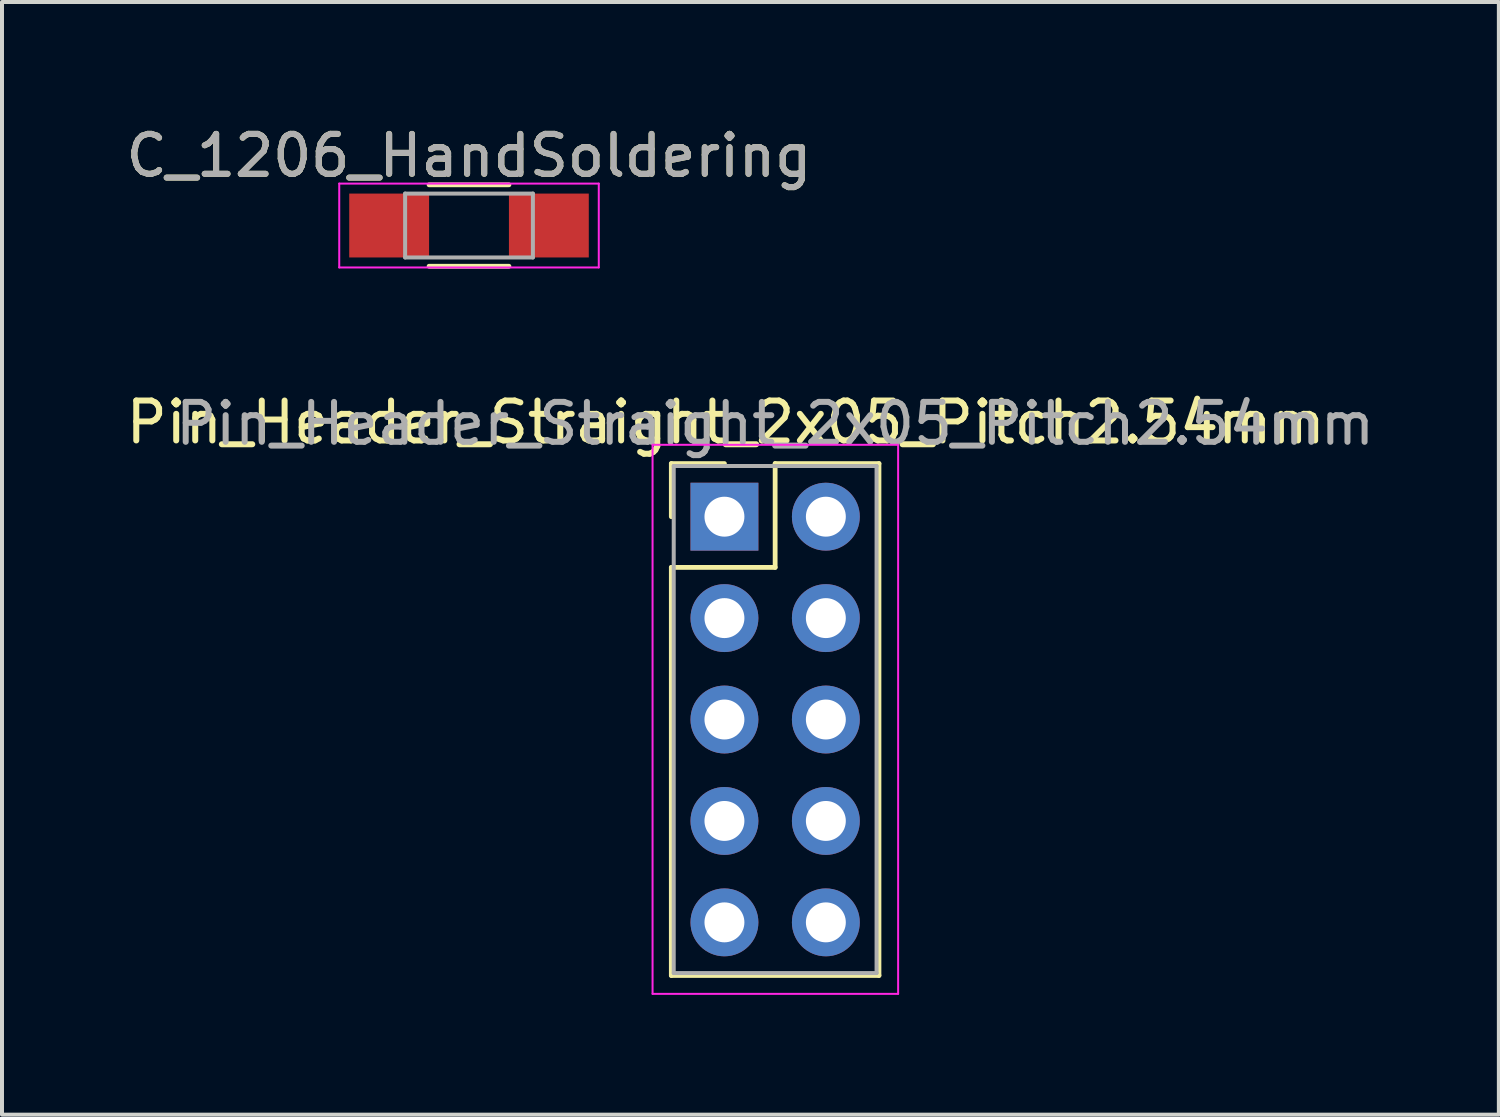
<source format=kicad_pcb>
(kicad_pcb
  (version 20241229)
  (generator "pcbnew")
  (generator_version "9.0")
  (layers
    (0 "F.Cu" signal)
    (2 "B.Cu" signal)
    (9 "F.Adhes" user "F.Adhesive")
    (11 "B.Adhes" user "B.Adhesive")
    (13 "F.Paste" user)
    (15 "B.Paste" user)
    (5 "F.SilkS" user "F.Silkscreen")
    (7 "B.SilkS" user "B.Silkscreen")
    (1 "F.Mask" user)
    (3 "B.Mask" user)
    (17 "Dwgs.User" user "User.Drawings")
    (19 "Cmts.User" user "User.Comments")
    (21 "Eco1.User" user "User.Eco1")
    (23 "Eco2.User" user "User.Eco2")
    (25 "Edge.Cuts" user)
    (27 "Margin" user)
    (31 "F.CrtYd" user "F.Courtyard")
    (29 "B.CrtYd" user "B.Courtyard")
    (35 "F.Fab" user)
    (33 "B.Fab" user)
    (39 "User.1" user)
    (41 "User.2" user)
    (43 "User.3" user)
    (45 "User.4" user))
  (footprint "C_1206_HandSoldering"
    (layer "F.Cu")
    (at 8.696 2.598)
    (property "Reference" "C_1206_HandSoldering" (at 0 -1.75 0) (layer "F.SilkS") (effects (font (size 1 1) (thickness 0.15))))
    (attr smd)
    (fp_line (start -1 1.02) (end 1 1.02) (stroke (width 0.12) (type solid)) (layer "F.SilkS"))
    (fp_line (start 1 -1.02) (end -1 -1.02) (stroke (width 0.12) (type solid)) (layer "F.SilkS"))
    (fp_line (start -3.25 -1.05) (end -3.25 1.05) (stroke (width 0.05) (type solid)) (layer "F.CrtYd"))
    (fp_line (start -3.25 -1.05) (end 3.25 -1.05) (stroke (width 0.05) (type solid)) (layer "F.CrtYd"))
    (fp_line (start 3.25 1.05) (end -3.25 1.05) (stroke (width 0.05) (type solid)) (layer "F.CrtYd"))
    (fp_line (start 3.25 1.05) (end 3.25 -1.05) (stroke (width 0.05) (type solid)) (layer "F.CrtYd"))
    (fp_line (start -1.6 -0.8) (end 1.6 -0.8) (stroke (width 0.1) (type solid)) (layer "F.Fab"))
    (fp_line (start -1.6 0.8) (end -1.6 -0.8) (stroke (width 0.1) (type solid)) (layer "F.Fab"))
    (fp_line (start 1.6 -0.8) (end 1.6 0.8) (stroke (width 0.1) (type solid)) (layer "F.Fab"))
    (fp_line (start 1.6 0.8) (end -1.6 0.8) (stroke (width 0.1) (type solid)) (layer "F.Fab"))
    (fp_text user "${REFERENCE}" (at 0 -1.75 0) (layer "F.Fab") (effects (font (size 1 1) (thickness 0.15))))
    (pad "1" smd rect (at -2 0) (size 2 1.6) (layers "F.Cu" "F.Mask" "F.Paste"))
    (pad "2" smd rect (at 2 0) (size 2 1.6) (layers "F.Cu" "F.Mask" "F.Paste")))
  (footprint "Pin_Header_Straight_2x05_Pitch2.54mm"
    (layer "F.Cu")
    (at 15.093 9.89)
    (property "Reference" "Pin_Header_Straight_2x05_Pitch2.54mm" (at 0.032 -2.364 0) (layer "F.SilkS") (effects (font (size 1 1) (thickness 0.15))))
    (attr through_hole)
    (fp_line (start -1.33 -1.33) (end 0 -1.33) (stroke (width 0.12) (type solid)) (layer "F.SilkS"))
    (fp_line (start -1.33 0) (end -1.33 -1.33) (stroke (width 0.12) (type solid)) (layer "F.SilkS"))
    (fp_line (start -1.33 1.27) (end -1.33 11.49) (stroke (width 0.12) (type solid)) (layer "F.SilkS"))
    (fp_line (start -1.33 11.49) (end 3.87 11.49) (stroke (width 0.12) (type solid)) (layer "F.SilkS"))
    (fp_line (start 1.27 -1.33) (end 1.27 1.27) (stroke (width 0.12) (type solid)) (layer "F.SilkS"))
    (fp_line (start 1.27 1.27) (end -1.33 1.27) (stroke (width 0.12) (type solid)) (layer "F.SilkS"))
    (fp_line (start 3.87 -1.33) (end 1.27 -1.33) (stroke (width 0.12) (type solid)) (layer "F.SilkS"))
    (fp_line (start 3.87 11.49) (end 3.87 -1.33) (stroke (width 0.12) (type solid)) (layer "F.SilkS"))
    (fp_line (start -1.8 -1.8) (end -1.8 11.95) (stroke (width 0.05) (type solid)) (layer "F.CrtYd"))
    (fp_line (start -1.8 11.95) (end 4.35 11.95) (stroke (width 0.05) (type solid)) (layer "F.CrtYd"))
    (fp_line (start 4.35 -1.8) (end -1.8 -1.8) (stroke (width 0.05) (type solid)) (layer "F.CrtYd"))
    (fp_line (start 4.35 11.95) (end 4.35 -1.8) (stroke (width 0.05) (type solid)) (layer "F.CrtYd"))
    (fp_line (start -1.27 -1.27) (end -1.27 11.43) (stroke (width 0.1) (type solid)) (layer "F.Fab"))
    (fp_line (start -1.27 11.43) (end 3.81 11.43) (stroke (width 0.1) (type solid)) (layer "F.Fab"))
    (fp_line (start 3.81 -1.27) (end -1.27 -1.27) (stroke (width 0.1) (type solid)) (layer "F.Fab"))
    (fp_line (start 3.81 11.43) (end 3.81 -1.27) (stroke (width 0.1) (type solid)) (layer "F.Fab"))
    (fp_text user "${REFERENCE}" (at 1.27 -2.33 0) (layer "F.Fab") (effects (font (size 1 1) (thickness 0.15))))
    (pad "1" thru_hole rect (at 0 0) (size 1.7 1.7) (drill 1) (layers "*.Cu" "*.Mask"))
    (pad "2" thru_hole oval (at 2.54 0) (size 1.7 1.7) (drill 1) (layers "*.Cu" "*.Mask"))
    (pad "3" thru_hole oval (at 0 2.54) (size 1.7 1.7) (drill 1) (layers "*.Cu" "*.Mask"))
    (pad "4" thru_hole oval (at 2.54 2.54) (size 1.7 1.7) (drill 1) (layers "*.Cu" "*.Mask"))
    (pad "5" thru_hole oval (at 0 5.08) (size 1.7 1.7) (drill 1) (layers "*.Cu" "*.Mask"))
    (pad "6" thru_hole oval (at 2.54 5.08) (size 1.7 1.7) (drill 1) (layers "*.Cu" "*.Mask"))
    (pad "7" thru_hole oval (at 0 7.62) (size 1.7 1.7) (drill 1) (layers "*.Cu" "*.Mask"))
    (pad "8" thru_hole oval (at 2.54 7.62) (size 1.7 1.7) (drill 1) (layers "*.Cu" "*.Mask"))
    (pad "9" thru_hole oval (at 0 10.16) (size 1.7 1.7) (drill 1) (layers "*.Cu" "*.Mask"))
    (pad "10" thru_hole oval (at 2.54 10.16) (size 1.7 1.7) (drill 1) (layers "*.Cu" "*.Mask")))
  (gr_rect
    (start -3 -3)
    (end 34.488 24.866)
    (stroke (width 0.1) (type default))
    (fill no)
    (layer "Edge.Cuts")))
</source>
